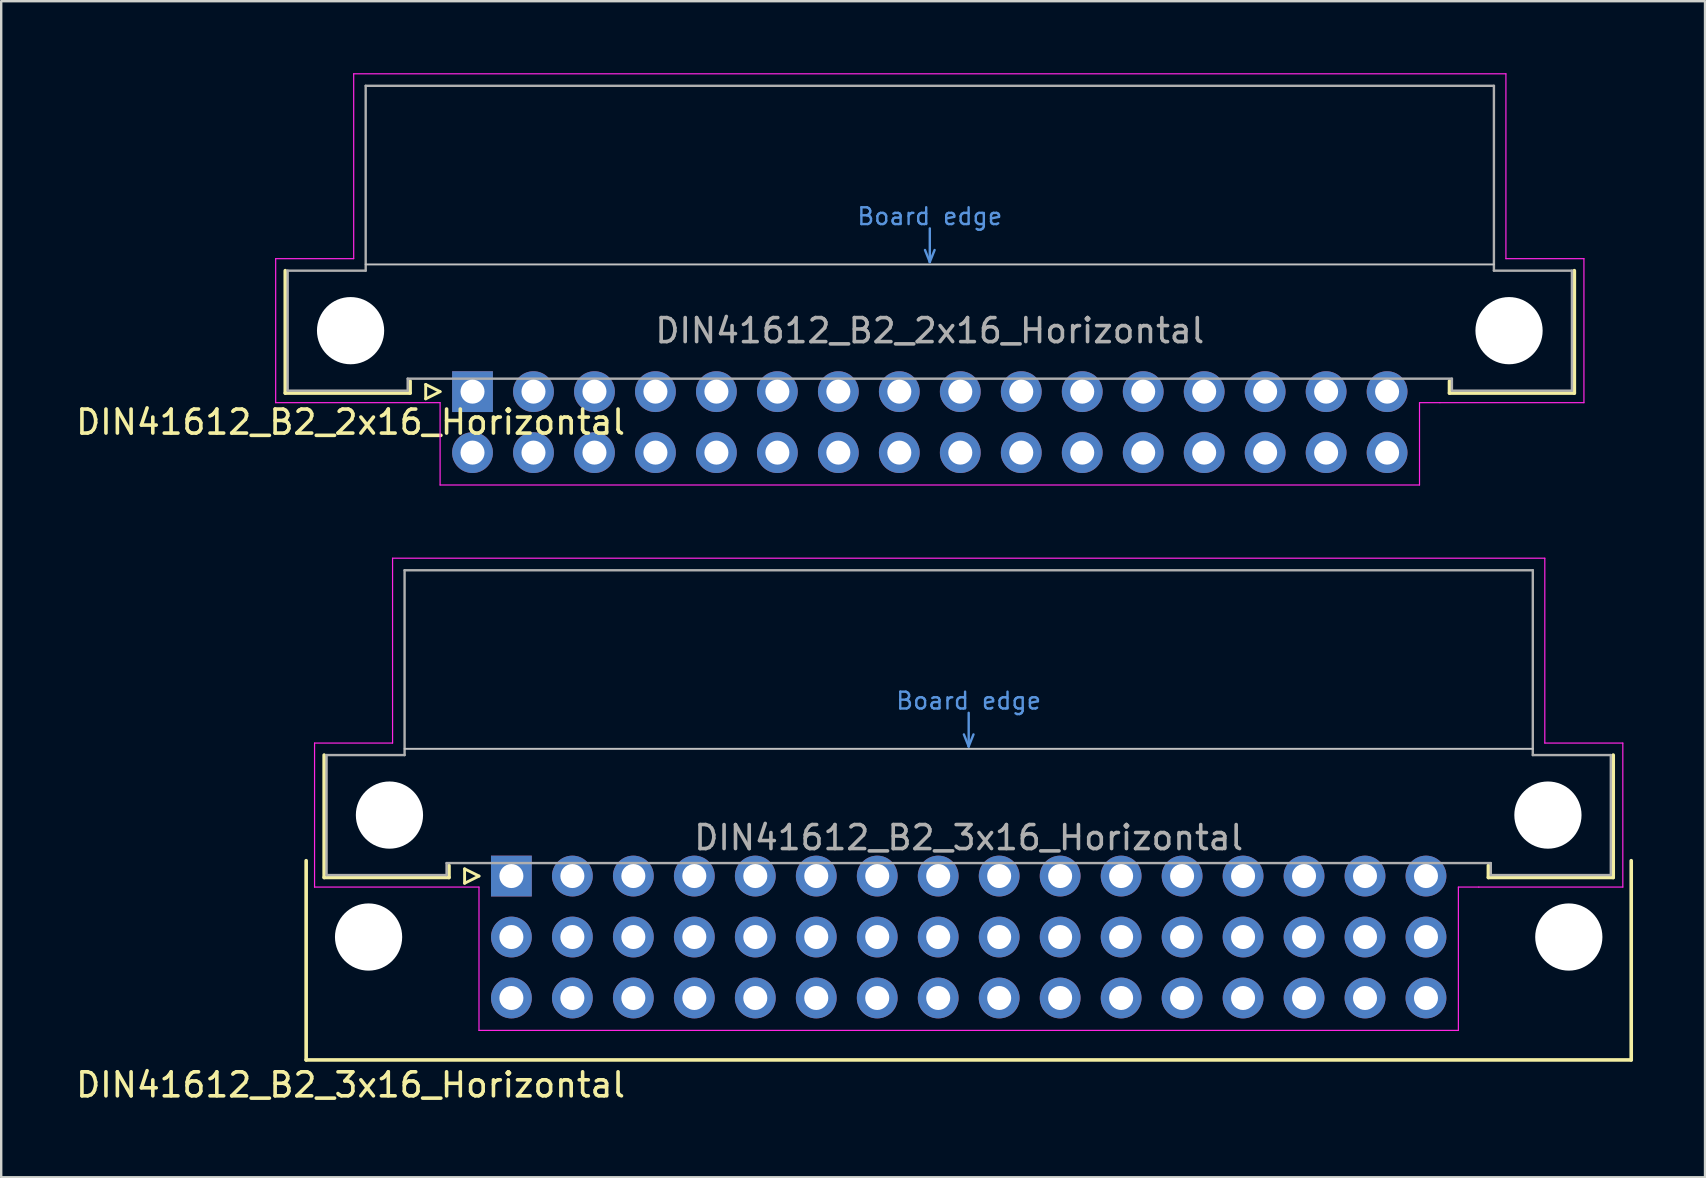
<source format=kicad_pcb>
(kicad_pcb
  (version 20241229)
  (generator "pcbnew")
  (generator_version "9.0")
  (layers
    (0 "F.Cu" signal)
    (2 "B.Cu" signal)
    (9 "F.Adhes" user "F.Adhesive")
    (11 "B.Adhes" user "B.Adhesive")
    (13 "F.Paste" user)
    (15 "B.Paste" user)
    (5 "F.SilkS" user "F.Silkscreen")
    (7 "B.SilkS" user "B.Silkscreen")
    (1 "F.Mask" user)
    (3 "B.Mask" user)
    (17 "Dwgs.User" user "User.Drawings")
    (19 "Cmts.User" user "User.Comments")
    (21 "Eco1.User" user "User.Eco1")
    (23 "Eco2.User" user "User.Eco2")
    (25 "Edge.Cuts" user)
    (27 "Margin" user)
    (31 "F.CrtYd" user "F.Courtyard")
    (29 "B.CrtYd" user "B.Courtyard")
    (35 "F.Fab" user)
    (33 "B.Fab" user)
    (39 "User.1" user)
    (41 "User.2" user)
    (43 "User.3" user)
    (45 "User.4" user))
  (footprint "DIN41612_B2_2x16_Horizontal"
    (layer "F.Cu")
    (at 16.634 13.265)
    (property "Reference" "DIN41612_B2_2x16_Horizontal" (at -5.08 1.27 0) (layer "F.SilkS") (effects (font (size 1 1) (thickness 0.15))))
    (attr through_hole)
    (fp_line (start -7.8 0.06) (end -7.8 -5.04) (stroke (width 0.15) (type solid)) (layer "F.SilkS"))
    (fp_line (start -2.6 -0.44) (end -2.6 0.06) (stroke (width 0.15) (type solid)) (layer "F.SilkS"))
    (fp_line (start -2.6 0.06) (end -7.8 0.06) (stroke (width 0.15) (type solid)) (layer "F.SilkS"))
    (fp_line (start -1.95 -0.3) (end -1.95 0.3) (stroke (width 0.12) (type solid)) (layer "F.SilkS"))
    (fp_line (start -1.95 0.3) (end -1.35 0) (stroke (width 0.12) (type solid)) (layer "F.SilkS"))
    (fp_line (start -1.35 0) (end -1.95 -0.3) (stroke (width 0.12) (type solid)) (layer "F.SilkS"))
    (fp_line (start 40.7 -0.44) (end 40.7 0.06) (stroke (width 0.15) (type solid)) (layer "F.SilkS"))
    (fp_line (start 40.7 0.06) (end 45.9 0.06) (stroke (width 0.15) (type solid)) (layer "F.SilkS"))
    (fp_line (start 45.9 0.06) (end 45.9 -5.04) (stroke (width 0.15) (type solid)) (layer "F.SilkS"))
    (fp_line (start -4.45 -5.3) (end 42.55 -5.3) (stroke (width 0.08) (type solid)) (layer "Dwgs.User"))
    (fp_line (start 18.85 -5.9) (end 19.05 -5.4) (stroke (width 0.1) (type solid)) (layer "Cmts.User"))
    (fp_line (start 19.05 -6.8) (end 19.05 -5.4) (stroke (width 0.1) (type solid)) (layer "Cmts.User"))
    (fp_line (start 19.05 -5.4) (end 19.25 -5.9) (stroke (width 0.1) (type solid)) (layer "Cmts.User"))
    (fp_line (start -8.2 -5.54) (end -4.95 -5.54) (stroke (width 0.05) (type solid)) (layer "F.CrtYd"))
    (fp_line (start -8.2 0.46) (end -8.2 -5.54) (stroke (width 0.05) (type solid)) (layer "F.CrtYd"))
    (fp_line (start -4.95 -13.24) (end 43.05 -13.24) (stroke (width 0.05) (type solid)) (layer "F.CrtYd"))
    (fp_line (start -4.95 -5.54) (end -4.95 -13.24) (stroke (width 0.05) (type solid)) (layer "F.CrtYd"))
    (fp_line (start -1.35 0.46) (end -8.2 0.46) (stroke (width 0.05) (type solid)) (layer "F.CrtYd"))
    (fp_line (start -1.35 3.89) (end -1.35 0.46) (stroke (width 0.05) (type solid)) (layer "F.CrtYd"))
    (fp_line (start 39.45 0.46) (end 39.45 3.89) (stroke (width 0.05) (type solid)) (layer "F.CrtYd"))
    (fp_line (start 39.45 3.89) (end -1.35 3.89) (stroke (width 0.05) (type solid)) (layer "F.CrtYd"))
    (fp_line (start 40.3 0.46) (end 39.45 0.46) (stroke (width 0.05) (type solid)) (layer "F.CrtYd"))
    (fp_line (start 43.05 -13.24) (end 43.05 -5.54) (stroke (width 0.05) (type solid)) (layer "F.CrtYd"))
    (fp_line (start 43.05 -5.54) (end 46.3 -5.54) (stroke (width 0.05) (type solid)) (layer "F.CrtYd"))
    (fp_line (start 46.3 -5.54) (end 46.3 0.46) (stroke (width 0.05) (type solid)) (layer "F.CrtYd"))
    (fp_line (start 46.3 0.46) (end 40.3 0.46) (stroke (width 0.05) (type solid)) (layer "F.CrtYd"))
    (fp_line (start -7.7 -5.04) (end -4.45 -5.04) (stroke (width 0.1) (type solid)) (layer "F.Fab"))
    (fp_line (start -7.7 -0.04) (end -7.7 -5.04) (stroke (width 0.1) (type solid)) (layer "F.Fab"))
    (fp_line (start -4.45 -12.74) (end 42.55 -12.74) (stroke (width 0.1) (type solid)) (layer "F.Fab"))
    (fp_line (start -4.45 -5.04) (end -4.45 -12.74) (stroke (width 0.1) (type solid)) (layer "F.Fab"))
    (fp_line (start -2.7 -0.54) (end -2.7 -0.04) (stroke (width 0.1) (type solid)) (layer "F.Fab"))
    (fp_line (start -2.7 -0.04) (end -7.7 -0.04) (stroke (width 0.1) (type solid)) (layer "F.Fab"))
    (fp_line (start 40.8 -0.54) (end -2.7 -0.54) (stroke (width 0.1) (type solid)) (layer "F.Fab"))
    (fp_line (start 40.8 -0.04) (end 40.8 -0.54) (stroke (width 0.1) (type solid)) (layer "F.Fab"))
    (fp_line (start 42.55 -12.74) (end 42.55 -5.04) (stroke (width 0.1) (type solid)) (layer "F.Fab"))
    (fp_line (start 42.55 -5.04) (end 45.8 -5.04) (stroke (width 0.1) (type solid)) (layer "F.Fab"))
    (fp_line (start 45.8 -5.04) (end 45.8 -0.04) (stroke (width 0.1) (type solid)) (layer "F.Fab"))
    (fp_line (start 45.8 -0.04) (end 40.8 -0.04) (stroke (width 0.1) (type solid)) (layer "F.Fab"))
    (fp_text user "Board edge" (at 19.05 -7.3 0) (layer "Cmts.User") (effects (font (size 0.7 0.7) (thickness 0.1))))
    (fp_text user "${REFERENCE}" (at 19.05 -2.54 0) (layer "F.Fab") (effects (font (size 1 1) (thickness 0.15))))
    (pad "" np_thru_hole circle (at -5.08 -2.54) (size 2.8 2.8) (drill 2.8) (layers "*.Cu" "*.Mask"))
    (pad "" np_thru_hole circle (at 43.18 -2.54) (size 2.8 2.8) (drill 2.8) (layers "*.Cu" "*.Mask"))
    (pad "a1" thru_hole rect (at 0 0) (size 1.7 1.7) (drill 1) (layers "*.Cu" "*.Mask"))
    (pad "a2" thru_hole circle (at 2.54 0) (size 1.7 1.7) (drill 1) (layers "*.Cu" "*.Mask"))
    (pad "a3" thru_hole circle (at 5.08 0) (size 1.7 1.7) (drill 1) (layers "*.Cu" "*.Mask"))
    (pad "a4" thru_hole circle (at 7.62 0) (size 1.7 1.7) (drill 1) (layers "*.Cu" "*.Mask"))
    (pad "a5" thru_hole circle (at 10.16 0) (size 1.7 1.7) (drill 1) (layers "*.Cu" "*.Mask"))
    (pad "a6" thru_hole circle (at 12.7 0) (size 1.7 1.7) (drill 1) (layers "*.Cu" "*.Mask"))
    (pad "a7" thru_hole circle (at 15.24 0) (size 1.7 1.7) (drill 1) (layers "*.Cu" "*.Mask"))
    (pad "a8" thru_hole circle (at 17.78 0) (size 1.7 1.7) (drill 1) (layers "*.Cu" "*.Mask"))
    (pad "a9" thru_hole circle (at 20.32 0) (size 1.7 1.7) (drill 1) (layers "*.Cu" "*.Mask"))
    (pad "a10" thru_hole circle (at 22.86 0) (size 1.7 1.7) (drill 1) (layers "*.Cu" "*.Mask"))
    (pad "a11" thru_hole circle (at 25.4 0) (size 1.7 1.7) (drill 1) (layers "*.Cu" "*.Mask"))
    (pad "a12" thru_hole circle (at 27.94 0) (size 1.7 1.7) (drill 1) (layers "*.Cu" "*.Mask"))
    (pad "a13" thru_hole circle (at 30.48 0) (size 1.7 1.7) (drill 1) (layers "*.Cu" "*.Mask"))
    (pad "a14" thru_hole circle (at 33.02 0) (size 1.7 1.7) (drill 1) (layers "*.Cu" "*.Mask"))
    (pad "a15" thru_hole circle (at 35.56 0) (size 1.7 1.7) (drill 1) (layers "*.Cu" "*.Mask"))
    (pad "a16" thru_hole circle (at 38.1 0) (size 1.7 1.7) (drill 1) (layers "*.Cu" "*.Mask"))
    (pad "b1" thru_hole circle (at 0 2.54) (size 1.7 1.7) (drill 1) (layers "*.Cu" "*.Mask"))
    (pad "b2" thru_hole circle (at 2.54 2.54) (size 1.7 1.7) (drill 1) (layers "*.Cu" "*.Mask"))
    (pad "b3" thru_hole circle (at 5.08 2.54) (size 1.7 1.7) (drill 1) (layers "*.Cu" "*.Mask"))
    (pad "b4" thru_hole circle (at 7.62 2.54) (size 1.7 1.7) (drill 1) (layers "*.Cu" "*.Mask"))
    (pad "b5" thru_hole circle (at 10.16 2.54) (size 1.7 1.7) (drill 1) (layers "*.Cu" "*.Mask"))
    (pad "b6" thru_hole circle (at 12.7 2.54) (size 1.7 1.7) (drill 1) (layers "*.Cu" "*.Mask"))
    (pad "b7" thru_hole circle (at 15.24 2.54) (size 1.7 1.7) (drill 1) (layers "*.Cu" "*.Mask"))
    (pad "b8" thru_hole circle (at 17.78 2.54) (size 1.7 1.7) (drill 1) (layers "*.Cu" "*.Mask"))
    (pad "b9" thru_hole circle (at 20.32 2.54) (size 1.7 1.7) (drill 1) (layers "*.Cu" "*.Mask"))
    (pad "b10" thru_hole circle (at 22.86 2.54) (size 1.7 1.7) (drill 1) (layers "*.Cu" "*.Mask"))
    (pad "b11" thru_hole circle (at 25.4 2.54) (size 1.7 1.7) (drill 1) (layers "*.Cu" "*.Mask"))
    (pad "b12" thru_hole circle (at 27.94 2.54) (size 1.7 1.7) (drill 1) (layers "*.Cu" "*.Mask"))
    (pad "b13" thru_hole circle (at 30.48 2.54) (size 1.7 1.7) (drill 1) (layers "*.Cu" "*.Mask"))
    (pad "b14" thru_hole circle (at 33.02 2.54) (size 1.7 1.7) (drill 1) (layers "*.Cu" "*.Mask"))
    (pad "b15" thru_hole circle (at 35.56 2.54) (size 1.7 1.7) (drill 1) (layers "*.Cu" "*.Mask"))
    (pad "b16" thru_hole circle (at 38.1 2.54) (size 1.7 1.7) (drill 1) (layers "*.Cu" "*.Mask")))
  (footprint "DIN41612_B2_3x16_Horizontal"
    (layer "F.Cu")
    (at 18.254 33.445)
    (property "Reference" "DIN41612_B2_3x16_Horizontal" (at -6.7 8.7 0) (layer "F.SilkS") (effects (font (size 1 1) (thickness 0.15))))
    (attr through_hole)
    (fp_line (start -8.55 -0.64) (end -8.55 7.66) (stroke (width 0.15) (type solid)) (layer "F.SilkS"))
    (fp_line (start -8.55 7.66) (end 46.65 7.66) (stroke (width 0.15) (type solid)) (layer "F.SilkS"))
    (fp_line (start -7.8 0.06) (end -7.8 -5.04) (stroke (width 0.15) (type solid)) (layer "F.SilkS"))
    (fp_line (start -2.6 -0.44) (end -2.6 0.06) (stroke (width 0.15) (type solid)) (layer "F.SilkS"))
    (fp_line (start -2.6 0.06) (end -7.8 0.06) (stroke (width 0.15) (type solid)) (layer "F.SilkS"))
    (fp_line (start -1.95 -0.3) (end -1.95 0.3) (stroke (width 0.12) (type solid)) (layer "F.SilkS"))
    (fp_line (start -1.95 0.3) (end -1.35 0) (stroke (width 0.12) (type solid)) (layer "F.SilkS"))
    (fp_line (start -1.35 0) (end -1.95 -0.3) (stroke (width 0.12) (type solid)) (layer "F.SilkS"))
    (fp_line (start 40.7 -0.44) (end 40.7 0.06) (stroke (width 0.15) (type solid)) (layer "F.SilkS"))
    (fp_line (start 40.7 0.06) (end 45.9 0.06) (stroke (width 0.15) (type solid)) (layer "F.SilkS"))
    (fp_line (start 45.9 0.06) (end 45.9 -5.04) (stroke (width 0.15) (type solid)) (layer "F.SilkS"))
    (fp_line (start 46.65 7.66) (end 46.65 -0.64) (stroke (width 0.15) (type solid)) (layer "F.SilkS"))
    (fp_line (start -4.45 -5.3) (end 42.55 -5.3) (stroke (width 0.08) (type solid)) (layer "Dwgs.User"))
    (fp_line (start 18.85 -5.9) (end 19.05 -5.4) (stroke (width 0.1) (type solid)) (layer "Cmts.User"))
    (fp_line (start 19.05 -6.8) (end 19.05 -5.4) (stroke (width 0.1) (type solid)) (layer "Cmts.User"))
    (fp_line (start 19.05 -5.4) (end 19.25 -5.9) (stroke (width 0.1) (type solid)) (layer "Cmts.User"))
    (fp_line (start -8.2 -5.54) (end -4.95 -5.54) (stroke (width 0.05) (type solid)) (layer "F.CrtYd"))
    (fp_line (start -8.2 0.46) (end -8.2 -5.54) (stroke (width 0.05) (type solid)) (layer "F.CrtYd"))
    (fp_line (start -4.95 -13.24) (end 43.05 -13.24) (stroke (width 0.05) (type solid)) (layer "F.CrtYd"))
    (fp_line (start -4.95 -5.54) (end -4.95 -13.24) (stroke (width 0.05) (type solid)) (layer "F.CrtYd"))
    (fp_line (start -1.35 0.46) (end -8.2 0.46) (stroke (width 0.05) (type solid)) (layer "F.CrtYd"))
    (fp_line (start -1.35 6.43) (end -1.35 0.46) (stroke (width 0.05) (type solid)) (layer "F.CrtYd"))
    (fp_line (start 39.45 0.46) (end 39.45 6.43) (stroke (width 0.05) (type solid)) (layer "F.CrtYd"))
    (fp_line (start 39.45 6.43) (end -1.35 6.43) (stroke (width 0.05) (type solid)) (layer "F.CrtYd"))
    (fp_line (start 40.3 0.46) (end 39.45 0.46) (stroke (width 0.05) (type solid)) (layer "F.CrtYd"))
    (fp_line (start 43.05 -13.24) (end 43.05 -5.54) (stroke (width 0.05) (type solid)) (layer "F.CrtYd"))
    (fp_line (start 43.05 -5.54) (end 46.3 -5.54) (stroke (width 0.05) (type solid)) (layer "F.CrtYd"))
    (fp_line (start 46.3 -5.54) (end 46.3 0.46) (stroke (width 0.05) (type solid)) (layer "F.CrtYd"))
    (fp_line (start 46.3 0.46) (end 40.3 0.46) (stroke (width 0.05) (type solid)) (layer "F.CrtYd"))
    (fp_line (start -7.7 -5.04) (end -4.45 -5.04) (stroke (width 0.1) (type solid)) (layer "F.Fab"))
    (fp_line (start -7.7 -0.04) (end -7.7 -5.04) (stroke (width 0.1) (type solid)) (layer "F.Fab"))
    (fp_line (start -4.45 -12.74) (end 42.55 -12.74) (stroke (width 0.1) (type solid)) (layer "F.Fab"))
    (fp_line (start -4.45 -5.04) (end -4.45 -12.74) (stroke (width 0.1) (type solid)) (layer "F.Fab"))
    (fp_line (start -2.7 -0.54) (end -2.7 -0.04) (stroke (width 0.1) (type solid)) (layer "F.Fab"))
    (fp_line (start -2.7 -0.04) (end -7.7 -0.04) (stroke (width 0.1) (type solid)) (layer "F.Fab"))
    (fp_line (start 40.8 -0.54) (end -2.7 -0.54) (stroke (width 0.1) (type solid)) (layer "F.Fab"))
    (fp_line (start 40.8 -0.04) (end 40.8 -0.54) (stroke (width 0.1) (type solid)) (layer "F.Fab"))
    (fp_line (start 42.55 -12.74) (end 42.55 -5.04) (stroke (width 0.1) (type solid)) (layer "F.Fab"))
    (fp_line (start 42.55 -5.04) (end 45.8 -5.04) (stroke (width 0.1) (type solid)) (layer "F.Fab"))
    (fp_line (start 45.8 -5.04) (end 45.8 -0.04) (stroke (width 0.1) (type solid)) (layer "F.Fab"))
    (fp_line (start 45.8 -0.04) (end 40.8 -0.04) (stroke (width 0.1) (type solid)) (layer "F.Fab"))
    (fp_text user "Board edge" (at 19.05 -7.3 0) (layer "Cmts.User") (effects (font (size 0.7 0.7) (thickness 0.1))))
    (fp_text user "${REFERENCE}" (at 19.05 -1.6 0) (layer "F.Fab") (effects (font (size 1 1) (thickness 0.15))))
    (pad "" np_thru_hole circle (at -5.95 2.54) (size 2.8 2.8) (drill 2.8) (layers "*.Cu" "*.Mask"))
    (pad "" np_thru_hole circle (at -5.08 -2.54) (size 2.8 2.8) (drill 2.8) (layers "*.Cu" "*.Mask"))
    (pad "" np_thru_hole circle (at 43.18 -2.54) (size 2.8 2.8) (drill 2.8) (layers "*.Cu" "*.Mask"))
    (pad "" np_thru_hole circle (at 44.05 2.54 180) (size 2.8 2.8) (drill 2.8) (layers "*.Cu" "*.Mask"))
    (pad "A1" thru_hole rect (at 0 0) (size 1.7 1.7) (drill 1) (layers "*.Cu" "*.Mask"))
    (pad "A2" thru_hole circle (at 2.54 0) (size 1.7 1.7) (drill 1) (layers "*.Cu" "*.Mask"))
    (pad "A3" thru_hole circle (at 5.08 0) (size 1.7 1.7) (drill 1) (layers "*.Cu" "*.Mask"))
    (pad "A4" thru_hole circle (at 7.62 0) (size 1.7 1.7) (drill 1) (layers "*.Cu" "*.Mask"))
    (pad "A5" thru_hole circle (at 10.16 0) (size 1.7 1.7) (drill 1) (layers "*.Cu" "*.Mask"))
    (pad "A6" thru_hole circle (at 12.7 0) (size 1.7 1.7) (drill 1) (layers "*.Cu" "*.Mask"))
    (pad "A7" thru_hole circle (at 15.24 0) (size 1.7 1.7) (drill 1) (layers "*.Cu" "*.Mask"))
    (pad "A8" thru_hole circle (at 17.78 0) (size 1.7 1.7) (drill 1) (layers "*.Cu" "*.Mask"))
    (pad "A9" thru_hole circle (at 20.32 0) (size 1.7 1.7) (drill 1) (layers "*.Cu" "*.Mask"))
    (pad "A10" thru_hole circle (at 22.86 0) (size 1.7 1.7) (drill 1) (layers "*.Cu" "*.Mask"))
    (pad "A11" thru_hole circle (at 25.4 0) (size 1.7 1.7) (drill 1) (layers "*.Cu" "*.Mask"))
    (pad "A12" thru_hole circle (at 27.94 0) (size 1.7 1.7) (drill 1) (layers "*.Cu" "*.Mask"))
    (pad "A13" thru_hole circle (at 30.48 0) (size 1.7 1.7) (drill 1) (layers "*.Cu" "*.Mask"))
    (pad "A14" thru_hole circle (at 33.02 0) (size 1.7 1.7) (drill 1) (layers "*.Cu" "*.Mask"))
    (pad "A15" thru_hole circle (at 35.56 0) (size 1.7 1.7) (drill 1) (layers "*.Cu" "*.Mask"))
    (pad "A16" thru_hole circle (at 38.1 0) (size 1.7 1.7) (drill 1) (layers "*.Cu" "*.Mask"))
    (pad "B1" thru_hole circle (at 0 2.54) (size 1.7 1.7) (drill 1) (layers "*.Cu" "*.Mask"))
    (pad "B2" thru_hole circle (at 2.54 2.54) (size 1.7 1.7) (drill 1) (layers "*.Cu" "*.Mask"))
    (pad "B3" thru_hole circle (at 5.08 2.54) (size 1.7 1.7) (drill 1) (layers "*.Cu" "*.Mask"))
    (pad "B4" thru_hole circle (at 7.62 2.54) (size 1.7 1.7) (drill 1) (layers "*.Cu" "*.Mask"))
    (pad "B5" thru_hole circle (at 10.16 2.54) (size 1.7 1.7) (drill 1) (layers "*.Cu" "*.Mask"))
    (pad "B6" thru_hole circle (at 12.7 2.54) (size 1.7 1.7) (drill 1) (layers "*.Cu" "*.Mask"))
    (pad "B7" thru_hole circle (at 15.24 2.54) (size 1.7 1.7) (drill 1) (layers "*.Cu" "*.Mask"))
    (pad "B8" thru_hole circle (at 17.78 2.54) (size 1.7 1.7) (drill 1) (layers "*.Cu" "*.Mask"))
    (pad "B9" thru_hole circle (at 20.32 2.54) (size 1.7 1.7) (drill 1) (layers "*.Cu" "*.Mask"))
    (pad "B10" thru_hole circle (at 22.86 2.54) (size 1.7 1.7) (drill 1) (layers "*.Cu" "*.Mask"))
    (pad "B11" thru_hole circle (at 25.4 2.54) (size 1.7 1.7) (drill 1) (layers "*.Cu" "*.Mask"))
    (pad "B12" thru_hole circle (at 27.94 2.54) (size 1.7 1.7) (drill 1) (layers "*.Cu" "*.Mask"))
    (pad "B13" thru_hole circle (at 30.48 2.54) (size 1.7 1.7) (drill 1) (layers "*.Cu" "*.Mask"))
    (pad "B14" thru_hole circle (at 33.02 2.54) (size 1.7 1.7) (drill 1) (layers "*.Cu" "*.Mask"))
    (pad "B15" thru_hole circle (at 35.56 2.54) (size 1.7 1.7) (drill 1) (layers "*.Cu" "*.Mask"))
    (pad "B16" thru_hole circle (at 38.1 2.54) (size 1.7 1.7) (drill 1) (layers "*.Cu" "*.Mask"))
    (pad "C1" thru_hole circle (at 0 5.08) (size 1.7 1.7) (drill 1) (layers "*.Cu" "*.Mask"))
    (pad "C2" thru_hole circle (at 2.54 5.08) (size 1.7 1.7) (drill 1) (layers "*.Cu" "*.Mask"))
    (pad "C3" thru_hole circle (at 5.08 5.08) (size 1.7 1.7) (drill 1) (layers "*.Cu" "*.Mask"))
    (pad "C4" thru_hole circle (at 7.62 5.08) (size 1.7 1.7) (drill 1) (layers "*.Cu" "*.Mask"))
    (pad "C5" thru_hole circle (at 10.16 5.08) (size 1.7 1.7) (drill 1) (layers "*.Cu" "*.Mask"))
    (pad "C6" thru_hole circle (at 12.7 5.08) (size 1.7 1.7) (drill 1) (layers "*.Cu" "*.Mask"))
    (pad "C7" thru_hole circle (at 15.24 5.08) (size 1.7 1.7) (drill 1) (layers "*.Cu" "*.Mask"))
    (pad "C8" thru_hole circle (at 17.78 5.08) (size 1.7 1.7) (drill 1) (layers "*.Cu" "*.Mask"))
    (pad "C9" thru_hole circle (at 20.32 5.08) (size 1.7 1.7) (drill 1) (layers "*.Cu" "*.Mask"))
    (pad "C10" thru_hole circle (at 22.86 5.08) (size 1.7 1.7) (drill 1) (layers "*.Cu" "*.Mask"))
    (pad "C11" thru_hole circle (at 25.4 5.08) (size 1.7 1.7) (drill 1) (layers "*.Cu" "*.Mask"))
    (pad "C12" thru_hole circle (at 27.94 5.08) (size 1.7 1.7) (drill 1) (layers "*.Cu" "*.Mask"))
    (pad "C13" thru_hole circle (at 30.48 5.08) (size 1.7 1.7) (drill 1) (layers "*.Cu" "*.Mask"))
    (pad "C14" thru_hole circle (at 33.02 5.08) (size 1.7 1.7) (drill 1) (layers "*.Cu" "*.Mask"))
    (pad "C15" thru_hole circle (at 35.56 5.08) (size 1.7 1.7) (drill 1) (layers "*.Cu" "*.Mask"))
    (pad "C16" thru_hole circle (at 38.1 5.08) (size 1.7 1.7) (drill 1) (layers "*.Cu" "*.Mask")))
  (gr_rect
    (start -3 -3)
    (end 67.979 45.993)
    (stroke (width 0.1) (type default))
    (fill no)
    (layer "Edge.Cuts")))
</source>
